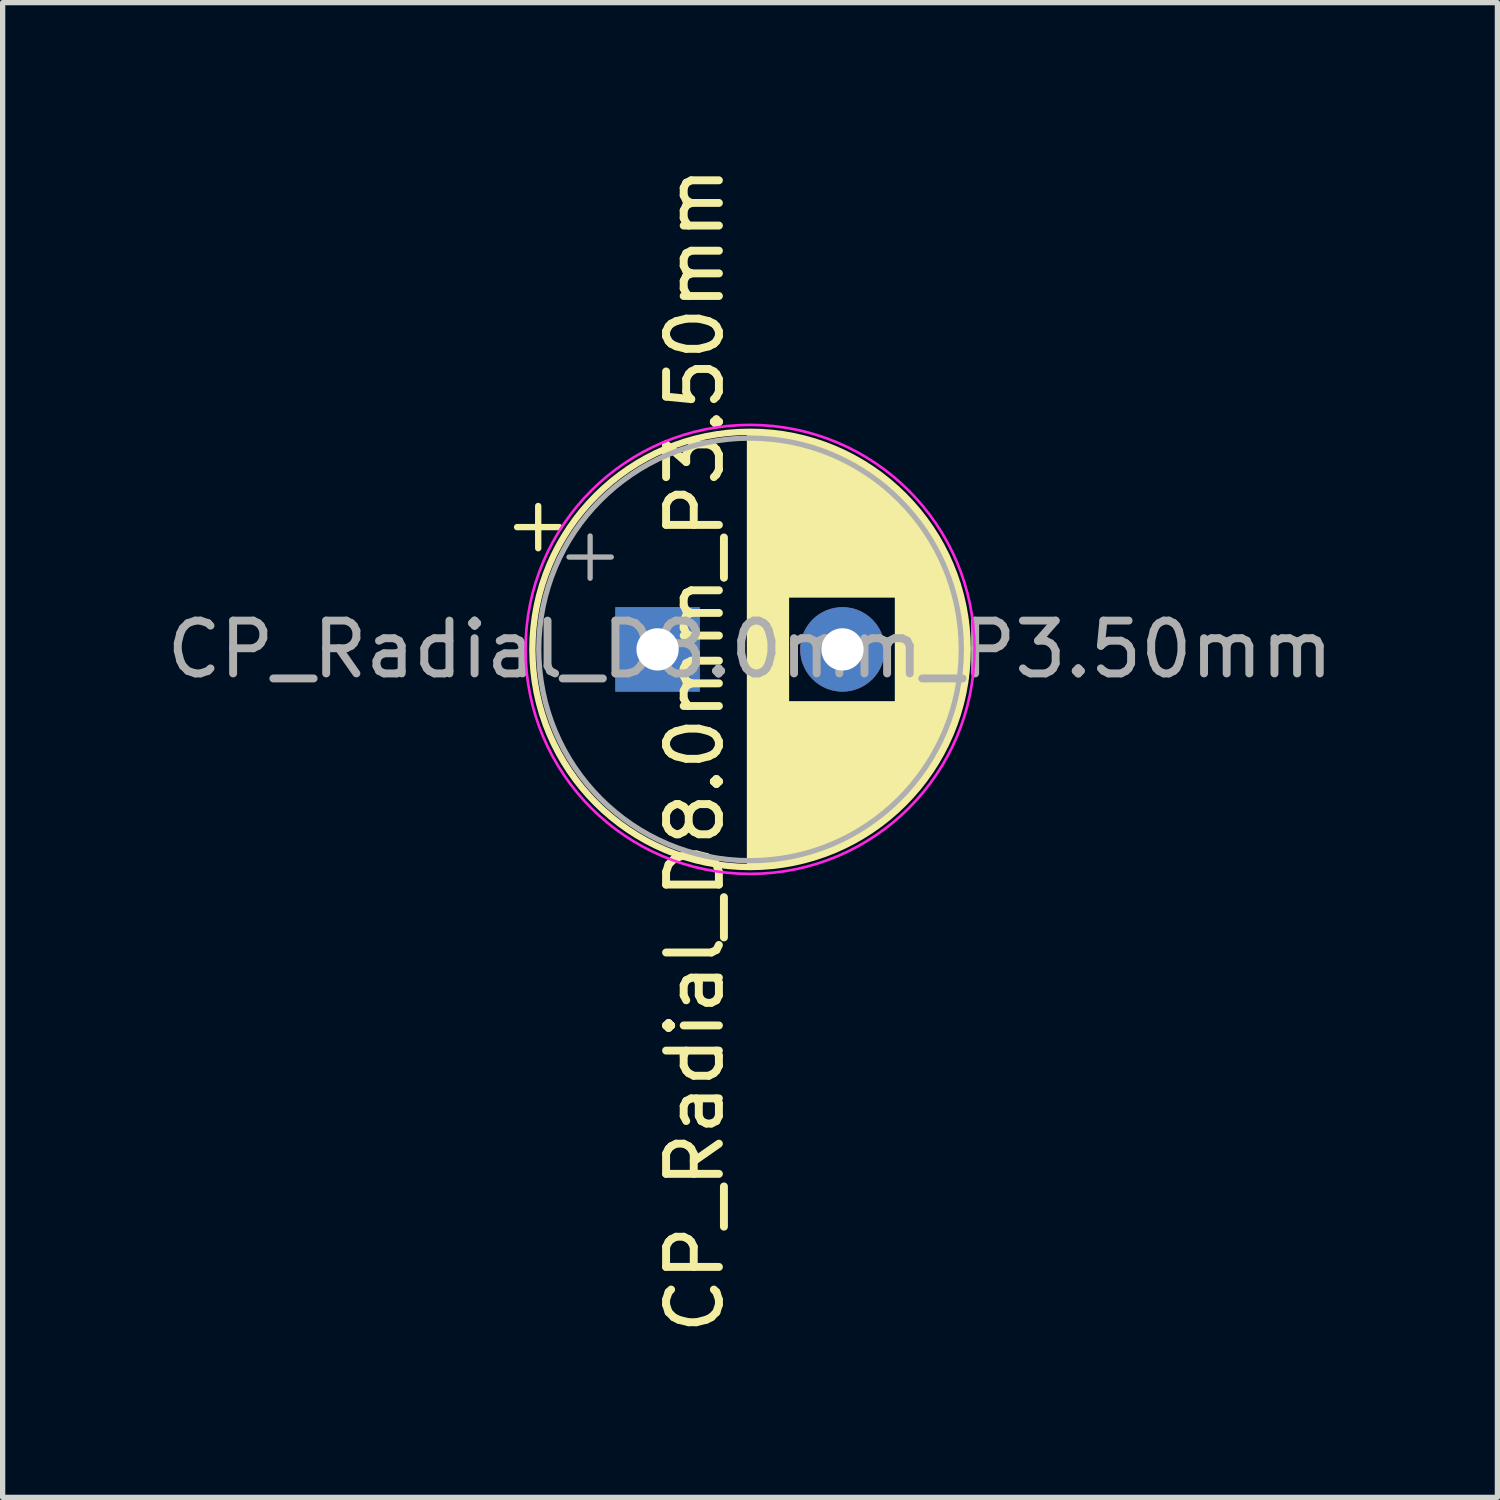
<source format=kicad_pcb>
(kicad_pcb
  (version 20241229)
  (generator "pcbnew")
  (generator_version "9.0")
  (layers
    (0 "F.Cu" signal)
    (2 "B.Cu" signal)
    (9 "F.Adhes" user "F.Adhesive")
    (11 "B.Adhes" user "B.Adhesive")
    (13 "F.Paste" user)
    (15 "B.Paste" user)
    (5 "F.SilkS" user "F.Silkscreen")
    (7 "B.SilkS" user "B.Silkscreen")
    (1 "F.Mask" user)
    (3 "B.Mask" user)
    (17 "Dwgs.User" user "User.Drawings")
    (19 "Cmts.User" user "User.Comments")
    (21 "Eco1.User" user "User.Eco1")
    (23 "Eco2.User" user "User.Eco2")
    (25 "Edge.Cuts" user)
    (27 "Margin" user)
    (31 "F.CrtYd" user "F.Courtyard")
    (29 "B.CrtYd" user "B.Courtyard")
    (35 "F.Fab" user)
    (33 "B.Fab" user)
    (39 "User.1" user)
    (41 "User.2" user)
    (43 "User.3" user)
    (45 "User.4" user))
  (footprint "CP_Radial_D8.0mm_P3.50mm"
    (layer "F.Cu")
    (at 9.399 9.244)
    (property "Reference" "CP_Radial_D8.0mm_P3.50mm" (at 0.706 1.905 270) (layer "F.SilkS") (effects (font (size 1 1) (thickness 0.15))))
    (attr through_hole)
    (fp_line (start -2.66 -2.315) (end -1.86 -2.315) (stroke (width 0.12) (type solid)) (layer "F.SilkS"))
    (fp_line (start -2.26 -2.715) (end -2.26 -1.915) (stroke (width 0.12) (type solid)) (layer "F.SilkS"))
    (fp_line (start 1.75 -4.08) (end 1.75 4.08) (stroke (width 0.12) (type solid)) (layer "F.SilkS"))
    (fp_line (start 1.79 -4.08) (end 1.79 4.08) (stroke (width 0.12) (type solid)) (layer "F.SilkS"))
    (fp_line (start 1.83 -4.08) (end 1.83 4.08) (stroke (width 0.12) (type solid)) (layer "F.SilkS"))
    (fp_line (start 1.87 -4.079) (end 1.87 4.079) (stroke (width 0.12) (type solid)) (layer "F.SilkS"))
    (fp_line (start 1.91 -4.077) (end 1.91 4.077) (stroke (width 0.12) (type solid)) (layer "F.SilkS"))
    (fp_line (start 1.95 -4.076) (end 1.95 4.076) (stroke (width 0.12) (type solid)) (layer "F.SilkS"))
    (fp_line (start 1.99 -4.074) (end 1.99 4.074) (stroke (width 0.12) (type solid)) (layer "F.SilkS"))
    (fp_line (start 2.03 -4.071) (end 2.03 4.071) (stroke (width 0.12) (type solid)) (layer "F.SilkS"))
    (fp_line (start 2.07 -4.068) (end 2.07 4.068) (stroke (width 0.12) (type solid)) (layer "F.SilkS"))
    (fp_line (start 2.11 -4.065) (end 2.11 4.065) (stroke (width 0.12) (type solid)) (layer "F.SilkS"))
    (fp_line (start 2.15 -4.061) (end 2.15 4.061) (stroke (width 0.12) (type solid)) (layer "F.SilkS"))
    (fp_line (start 2.19 -4.057) (end 2.19 4.057) (stroke (width 0.12) (type solid)) (layer "F.SilkS"))
    (fp_line (start 2.23 -4.052) (end 2.23 4.052) (stroke (width 0.12) (type solid)) (layer "F.SilkS"))
    (fp_line (start 2.27 -4.048) (end 2.27 4.048) (stroke (width 0.12) (type solid)) (layer "F.SilkS"))
    (fp_line (start 2.31 -4.042) (end 2.31 4.042) (stroke (width 0.12) (type solid)) (layer "F.SilkS"))
    (fp_line (start 2.35 -4.037) (end 2.35 4.037) (stroke (width 0.12) (type solid)) (layer "F.SilkS"))
    (fp_line (start 2.39 -4.03) (end 2.39 4.03) (stroke (width 0.12) (type solid)) (layer "F.SilkS"))
    (fp_line (start 2.43 -4.024) (end 2.43 4.024) (stroke (width 0.12) (type solid)) (layer "F.SilkS"))
    (fp_line (start 2.471 -4.017) (end 2.471 -1.04) (stroke (width 0.12) (type solid)) (layer "F.SilkS"))
    (fp_line (start 2.471 1.04) (end 2.471 4.017) (stroke (width 0.12) (type solid)) (layer "F.SilkS"))
    (fp_line (start 2.511 -4.01) (end 2.511 -1.04) (stroke (width 0.12) (type solid)) (layer "F.SilkS"))
    (fp_line (start 2.511 1.04) (end 2.511 4.01) (stroke (width 0.12) (type solid)) (layer "F.SilkS"))
    (fp_line (start 2.551 -4.002) (end 2.551 -1.04) (stroke (width 0.12) (type solid)) (layer "F.SilkS"))
    (fp_line (start 2.551 1.04) (end 2.551 4.002) (stroke (width 0.12) (type solid)) (layer "F.SilkS"))
    (fp_line (start 2.591 -3.994) (end 2.591 -1.04) (stroke (width 0.12) (type solid)) (layer "F.SilkS"))
    (fp_line (start 2.591 1.04) (end 2.591 3.994) (stroke (width 0.12) (type solid)) (layer "F.SilkS"))
    (fp_line (start 2.631 -3.985) (end 2.631 -1.04) (stroke (width 0.12) (type solid)) (layer "F.SilkS"))
    (fp_line (start 2.631 1.04) (end 2.631 3.985) (stroke (width 0.12) (type solid)) (layer "F.SilkS"))
    (fp_line (start 2.671 -3.976) (end 2.671 -1.04) (stroke (width 0.12) (type solid)) (layer "F.SilkS"))
    (fp_line (start 2.671 1.04) (end 2.671 3.976) (stroke (width 0.12) (type solid)) (layer "F.SilkS"))
    (fp_line (start 2.711 -3.967) (end 2.711 -1.04) (stroke (width 0.12) (type solid)) (layer "F.SilkS"))
    (fp_line (start 2.711 1.04) (end 2.711 3.967) (stroke (width 0.12) (type solid)) (layer "F.SilkS"))
    (fp_line (start 2.751 -3.957) (end 2.751 -1.04) (stroke (width 0.12) (type solid)) (layer "F.SilkS"))
    (fp_line (start 2.751 1.04) (end 2.751 3.957) (stroke (width 0.12) (type solid)) (layer "F.SilkS"))
    (fp_line (start 2.791 -3.947) (end 2.791 -1.04) (stroke (width 0.12) (type solid)) (layer "F.SilkS"))
    (fp_line (start 2.791 1.04) (end 2.791 3.947) (stroke (width 0.12) (type solid)) (layer "F.SilkS"))
    (fp_line (start 2.831 -3.936) (end 2.831 -1.04) (stroke (width 0.12) (type solid)) (layer "F.SilkS"))
    (fp_line (start 2.831 1.04) (end 2.831 3.936) (stroke (width 0.12) (type solid)) (layer "F.SilkS"))
    (fp_line (start 2.871 -3.925) (end 2.871 -1.04) (stroke (width 0.12) (type solid)) (layer "F.SilkS"))
    (fp_line (start 2.871 1.04) (end 2.871 3.925) (stroke (width 0.12) (type solid)) (layer "F.SilkS"))
    (fp_line (start 2.911 -3.914) (end 2.911 -1.04) (stroke (width 0.12) (type solid)) (layer "F.SilkS"))
    (fp_line (start 2.911 1.04) (end 2.911 3.914) (stroke (width 0.12) (type solid)) (layer "F.SilkS"))
    (fp_line (start 2.951 -3.902) (end 2.951 -1.04) (stroke (width 0.12) (type solid)) (layer "F.SilkS"))
    (fp_line (start 2.951 1.04) (end 2.951 3.902) (stroke (width 0.12) (type solid)) (layer "F.SilkS"))
    (fp_line (start 2.991 -3.889) (end 2.991 -1.04) (stroke (width 0.12) (type solid)) (layer "F.SilkS"))
    (fp_line (start 2.991 1.04) (end 2.991 3.889) (stroke (width 0.12) (type solid)) (layer "F.SilkS"))
    (fp_line (start 3.031 -3.877) (end 3.031 -1.04) (stroke (width 0.12) (type solid)) (layer "F.SilkS"))
    (fp_line (start 3.031 1.04) (end 3.031 3.877) (stroke (width 0.12) (type solid)) (layer "F.SilkS"))
    (fp_line (start 3.071 -3.863) (end 3.071 -1.04) (stroke (width 0.12) (type solid)) (layer "F.SilkS"))
    (fp_line (start 3.071 1.04) (end 3.071 3.863) (stroke (width 0.12) (type solid)) (layer "F.SilkS"))
    (fp_line (start 3.111 -3.85) (end 3.111 -1.04) (stroke (width 0.12) (type solid)) (layer "F.SilkS"))
    (fp_line (start 3.111 1.04) (end 3.111 3.85) (stroke (width 0.12) (type solid)) (layer "F.SilkS"))
    (fp_line (start 3.151 -3.835) (end 3.151 -1.04) (stroke (width 0.12) (type solid)) (layer "F.SilkS"))
    (fp_line (start 3.151 1.04) (end 3.151 3.835) (stroke (width 0.12) (type solid)) (layer "F.SilkS"))
    (fp_line (start 3.191 -3.821) (end 3.191 -1.04) (stroke (width 0.12) (type solid)) (layer "F.SilkS"))
    (fp_line (start 3.191 1.04) (end 3.191 3.821) (stroke (width 0.12) (type solid)) (layer "F.SilkS"))
    (fp_line (start 3.231 -3.805) (end 3.231 -1.04) (stroke (width 0.12) (type solid)) (layer "F.SilkS"))
    (fp_line (start 3.231 1.04) (end 3.231 3.805) (stroke (width 0.12) (type solid)) (layer "F.SilkS"))
    (fp_line (start 3.271 -3.79) (end 3.271 -1.04) (stroke (width 0.12) (type solid)) (layer "F.SilkS"))
    (fp_line (start 3.271 1.04) (end 3.271 3.79) (stroke (width 0.12) (type solid)) (layer "F.SilkS"))
    (fp_line (start 3.311 -3.774) (end 3.311 -1.04) (stroke (width 0.12) (type solid)) (layer "F.SilkS"))
    (fp_line (start 3.311 1.04) (end 3.311 3.774) (stroke (width 0.12) (type solid)) (layer "F.SilkS"))
    (fp_line (start 3.351 -3.757) (end 3.351 -1.04) (stroke (width 0.12) (type solid)) (layer "F.SilkS"))
    (fp_line (start 3.351 1.04) (end 3.351 3.757) (stroke (width 0.12) (type solid)) (layer "F.SilkS"))
    (fp_line (start 3.391 -3.74) (end 3.391 -1.04) (stroke (width 0.12) (type solid)) (layer "F.SilkS"))
    (fp_line (start 3.391 1.04) (end 3.391 3.74) (stroke (width 0.12) (type solid)) (layer "F.SilkS"))
    (fp_line (start 3.431 -3.722) (end 3.431 -1.04) (stroke (width 0.12) (type solid)) (layer "F.SilkS"))
    (fp_line (start 3.431 1.04) (end 3.431 3.722) (stroke (width 0.12) (type solid)) (layer "F.SilkS"))
    (fp_line (start 3.471 -3.704) (end 3.471 -1.04) (stroke (width 0.12) (type solid)) (layer "F.SilkS"))
    (fp_line (start 3.471 1.04) (end 3.471 3.704) (stroke (width 0.12) (type solid)) (layer "F.SilkS"))
    (fp_line (start 3.511 -3.686) (end 3.511 -1.04) (stroke (width 0.12) (type solid)) (layer "F.SilkS"))
    (fp_line (start 3.511 1.04) (end 3.511 3.686) (stroke (width 0.12) (type solid)) (layer "F.SilkS"))
    (fp_line (start 3.551 -3.666) (end 3.551 -1.04) (stroke (width 0.12) (type solid)) (layer "F.SilkS"))
    (fp_line (start 3.551 1.04) (end 3.551 3.666) (stroke (width 0.12) (type solid)) (layer "F.SilkS"))
    (fp_line (start 3.591 -3.647) (end 3.591 -1.04) (stroke (width 0.12) (type solid)) (layer "F.SilkS"))
    (fp_line (start 3.591 1.04) (end 3.591 3.647) (stroke (width 0.12) (type solid)) (layer "F.SilkS"))
    (fp_line (start 3.631 -3.627) (end 3.631 -1.04) (stroke (width 0.12) (type solid)) (layer "F.SilkS"))
    (fp_line (start 3.631 1.04) (end 3.631 3.627) (stroke (width 0.12) (type solid)) (layer "F.SilkS"))
    (fp_line (start 3.671 -3.606) (end 3.671 -1.04) (stroke (width 0.12) (type solid)) (layer "F.SilkS"))
    (fp_line (start 3.671 1.04) (end 3.671 3.606) (stroke (width 0.12) (type solid)) (layer "F.SilkS"))
    (fp_line (start 3.711 -3.584) (end 3.711 -1.04) (stroke (width 0.12) (type solid)) (layer "F.SilkS"))
    (fp_line (start 3.711 1.04) (end 3.711 3.584) (stroke (width 0.12) (type solid)) (layer "F.SilkS"))
    (fp_line (start 3.751 -3.562) (end 3.751 -1.04) (stroke (width 0.12) (type solid)) (layer "F.SilkS"))
    (fp_line (start 3.751 1.04) (end 3.751 3.562) (stroke (width 0.12) (type solid)) (layer "F.SilkS"))
    (fp_line (start 3.791 -3.54) (end 3.791 -1.04) (stroke (width 0.12) (type solid)) (layer "F.SilkS"))
    (fp_line (start 3.791 1.04) (end 3.791 3.54) (stroke (width 0.12) (type solid)) (layer "F.SilkS"))
    (fp_line (start 3.831 -3.517) (end 3.831 -1.04) (stroke (width 0.12) (type solid)) (layer "F.SilkS"))
    (fp_line (start 3.831 1.04) (end 3.831 3.517) (stroke (width 0.12) (type solid)) (layer "F.SilkS"))
    (fp_line (start 3.871 -3.493) (end 3.871 -1.04) (stroke (width 0.12) (type solid)) (layer "F.SilkS"))
    (fp_line (start 3.871 1.04) (end 3.871 3.493) (stroke (width 0.12) (type solid)) (layer "F.SilkS"))
    (fp_line (start 3.911 -3.469) (end 3.911 -1.04) (stroke (width 0.12) (type solid)) (layer "F.SilkS"))
    (fp_line (start 3.911 1.04) (end 3.911 3.469) (stroke (width 0.12) (type solid)) (layer "F.SilkS"))
    (fp_line (start 3.951 -3.444) (end 3.951 -1.04) (stroke (width 0.12) (type solid)) (layer "F.SilkS"))
    (fp_line (start 3.951 1.04) (end 3.951 3.444) (stroke (width 0.12) (type solid)) (layer "F.SilkS"))
    (fp_line (start 3.991 -3.418) (end 3.991 -1.04) (stroke (width 0.12) (type solid)) (layer "F.SilkS"))
    (fp_line (start 3.991 1.04) (end 3.991 3.418) (stroke (width 0.12) (type solid)) (layer "F.SilkS"))
    (fp_line (start 4.031 -3.392) (end 4.031 -1.04) (stroke (width 0.12) (type solid)) (layer "F.SilkS"))
    (fp_line (start 4.031 1.04) (end 4.031 3.392) (stroke (width 0.12) (type solid)) (layer "F.SilkS"))
    (fp_line (start 4.071 -3.365) (end 4.071 -1.04) (stroke (width 0.12) (type solid)) (layer "F.SilkS"))
    (fp_line (start 4.071 1.04) (end 4.071 3.365) (stroke (width 0.12) (type solid)) (layer "F.SilkS"))
    (fp_line (start 4.111 -3.338) (end 4.111 -1.04) (stroke (width 0.12) (type solid)) (layer "F.SilkS"))
    (fp_line (start 4.111 1.04) (end 4.111 3.338) (stroke (width 0.12) (type solid)) (layer "F.SilkS"))
    (fp_line (start 4.151 -3.309) (end 4.151 -1.04) (stroke (width 0.12) (type solid)) (layer "F.SilkS"))
    (fp_line (start 4.151 1.04) (end 4.151 3.309) (stroke (width 0.12) (type solid)) (layer "F.SilkS"))
    (fp_line (start 4.191 -3.28) (end 4.191 -1.04) (stroke (width 0.12) (type solid)) (layer "F.SilkS"))
    (fp_line (start 4.191 1.04) (end 4.191 3.28) (stroke (width 0.12) (type solid)) (layer "F.SilkS"))
    (fp_line (start 4.231 -3.25) (end 4.231 -1.04) (stroke (width 0.12) (type solid)) (layer "F.SilkS"))
    (fp_line (start 4.231 1.04) (end 4.231 3.25) (stroke (width 0.12) (type solid)) (layer "F.SilkS"))
    (fp_line (start 4.271 -3.22) (end 4.271 -1.04) (stroke (width 0.12) (type solid)) (layer "F.SilkS"))
    (fp_line (start 4.271 1.04) (end 4.271 3.22) (stroke (width 0.12) (type solid)) (layer "F.SilkS"))
    (fp_line (start 4.311 -3.189) (end 4.311 -1.04) (stroke (width 0.12) (type solid)) (layer "F.SilkS"))
    (fp_line (start 4.311 1.04) (end 4.311 3.189) (stroke (width 0.12) (type solid)) (layer "F.SilkS"))
    (fp_line (start 4.351 -3.156) (end 4.351 -1.04) (stroke (width 0.12) (type solid)) (layer "F.SilkS"))
    (fp_line (start 4.351 1.04) (end 4.351 3.156) (stroke (width 0.12) (type solid)) (layer "F.SilkS"))
    (fp_line (start 4.391 -3.124) (end 4.391 -1.04) (stroke (width 0.12) (type solid)) (layer "F.SilkS"))
    (fp_line (start 4.391 1.04) (end 4.391 3.124) (stroke (width 0.12) (type solid)) (layer "F.SilkS"))
    (fp_line (start 4.431 -3.09) (end 4.431 -1.04) (stroke (width 0.12) (type solid)) (layer "F.SilkS"))
    (fp_line (start 4.431 1.04) (end 4.431 3.09) (stroke (width 0.12) (type solid)) (layer "F.SilkS"))
    (fp_line (start 4.471 -3.055) (end 4.471 -1.04) (stroke (width 0.12) (type solid)) (layer "F.SilkS"))
    (fp_line (start 4.471 1.04) (end 4.471 3.055) (stroke (width 0.12) (type solid)) (layer "F.SilkS"))
    (fp_line (start 4.511 -3.019) (end 4.511 -1.04) (stroke (width 0.12) (type solid)) (layer "F.SilkS"))
    (fp_line (start 4.511 1.04) (end 4.511 3.019) (stroke (width 0.12) (type solid)) (layer "F.SilkS"))
    (fp_line (start 4.551 -2.983) (end 4.551 2.983) (stroke (width 0.12) (type solid)) (layer "F.SilkS"))
    (fp_line (start 4.591 -2.945) (end 4.591 2.945) (stroke (width 0.12) (type solid)) (layer "F.SilkS"))
    (fp_line (start 4.631 -2.907) (end 4.631 2.907) (stroke (width 0.12) (type solid)) (layer "F.SilkS"))
    (fp_line (start 4.671 -2.867) (end 4.671 2.867) (stroke (width 0.12) (type solid)) (layer "F.SilkS"))
    (fp_line (start 4.711 -2.826) (end 4.711 2.826) (stroke (width 0.12) (type solid)) (layer "F.SilkS"))
    (fp_line (start 4.751 -2.784) (end 4.751 2.784) (stroke (width 0.12) (type solid)) (layer "F.SilkS"))
    (fp_line (start 4.791 -2.741) (end 4.791 2.741) (stroke (width 0.12) (type solid)) (layer "F.SilkS"))
    (fp_line (start 4.831 -2.697) (end 4.831 2.697) (stroke (width 0.12) (type solid)) (layer "F.SilkS"))
    (fp_line (start 4.871 -2.651) (end 4.871 2.651) (stroke (width 0.12) (type solid)) (layer "F.SilkS"))
    (fp_line (start 4.911 -2.604) (end 4.911 2.604) (stroke (width 0.12) (type solid)) (layer "F.SilkS"))
    (fp_line (start 4.951 -2.556) (end 4.951 2.556) (stroke (width 0.12) (type solid)) (layer "F.SilkS"))
    (fp_line (start 4.991 -2.505) (end 4.991 2.505) (stroke (width 0.12) (type solid)) (layer "F.SilkS"))
    (fp_line (start 5.031 -2.454) (end 5.031 2.454) (stroke (width 0.12) (type solid)) (layer "F.SilkS"))
    (fp_line (start 5.071 -2.4) (end 5.071 2.4) (stroke (width 0.12) (type solid)) (layer "F.SilkS"))
    (fp_line (start 5.111 -2.345) (end 5.111 2.345) (stroke (width 0.12) (type solid)) (layer "F.SilkS"))
    (fp_line (start 5.151 -2.287) (end 5.151 2.287) (stroke (width 0.12) (type solid)) (layer "F.SilkS"))
    (fp_line (start 5.191 -2.228) (end 5.191 2.228) (stroke (width 0.12) (type solid)) (layer "F.SilkS"))
    (fp_line (start 5.231 -2.166) (end 5.231 2.166) (stroke (width 0.12) (type solid)) (layer "F.SilkS"))
    (fp_line (start 5.271 -2.102) (end 5.271 2.102) (stroke (width 0.12) (type solid)) (layer "F.SilkS"))
    (fp_line (start 5.311 -2.034) (end 5.311 2.034) (stroke (width 0.12) (type solid)) (layer "F.SilkS"))
    (fp_line (start 5.351 -1.964) (end 5.351 1.964) (stroke (width 0.12) (type solid)) (layer "F.SilkS"))
    (fp_line (start 5.391 -1.89) (end 5.391 1.89) (stroke (width 0.12) (type solid)) (layer "F.SilkS"))
    (fp_line (start 5.431 -1.813) (end 5.431 1.813) (stroke (width 0.12) (type solid)) (layer "F.SilkS"))
    (fp_line (start 5.471 -1.731) (end 5.471 1.731) (stroke (width 0.12) (type solid)) (layer "F.SilkS"))
    (fp_line (start 5.511 -1.645) (end 5.511 1.645) (stroke (width 0.12) (type solid)) (layer "F.SilkS"))
    (fp_line (start 5.551 -1.552) (end 5.551 1.552) (stroke (width 0.12) (type solid)) (layer "F.SilkS"))
    (fp_line (start 5.591 -1.453) (end 5.591 1.453) (stroke (width 0.12) (type solid)) (layer "F.SilkS"))
    (fp_line (start 5.631 -1.346) (end 5.631 1.346) (stroke (width 0.12) (type solid)) (layer "F.SilkS"))
    (fp_line (start 5.671 -1.229) (end 5.671 1.229) (stroke (width 0.12) (type solid)) (layer "F.SilkS"))
    (fp_line (start 5.711 -1.098) (end 5.711 1.098) (stroke (width 0.12) (type solid)) (layer "F.SilkS"))
    (fp_line (start 5.751 -0.948) (end 5.751 0.948) (stroke (width 0.12) (type solid)) (layer "F.SilkS"))
    (fp_line (start 5.791 -0.768) (end 5.791 0.768) (stroke (width 0.12) (type solid)) (layer "F.SilkS"))
    (fp_line (start 5.831 -0.533) (end 5.831 0.533) (stroke (width 0.12) (type solid)) (layer "F.SilkS"))
    (fp_circle (center 1.75 0) (end 5.87 0) (stroke (width 0.12) (type solid)) (fill no) (layer "F.SilkS"))
    (fp_circle (center 1.75 0) (end 6 0) (stroke (width 0.05) (type solid)) (fill no) (layer "F.CrtYd"))
    (fp_line (start -1.677 -1.748) (end -0.877 -1.748) (stroke (width 0.1) (type solid)) (layer "F.Fab"))
    (fp_line (start -1.277 -2.147) (end -1.277 -1.347) (stroke (width 0.1) (type solid)) (layer "F.Fab"))
    (fp_circle (center 1.75 0) (end 5.75 0) (stroke (width 0.1) (type solid)) (fill no) (layer "F.Fab"))
    (fp_text user "${REFERENCE}" (at 1.75 0 180) (layer "F.Fab") (effects (font (size 1 1) (thickness 0.15))))
    (pad "1" thru_hole rect (at 0 0) (size 1.6 1.6) (drill 0.8) (layers "*.Cu" "*.Mask"))
    (pad "2" thru_hole circle (at 3.5 0) (size 1.6 1.6) (drill 0.8) (layers "*.Cu" "*.Mask")))
  (gr_rect
    (start -3 -3)
    (end 25.298 25.298)
    (stroke (width 0.1) (type default))
    (fill no)
    (layer "Edge.Cuts")))
</source>
